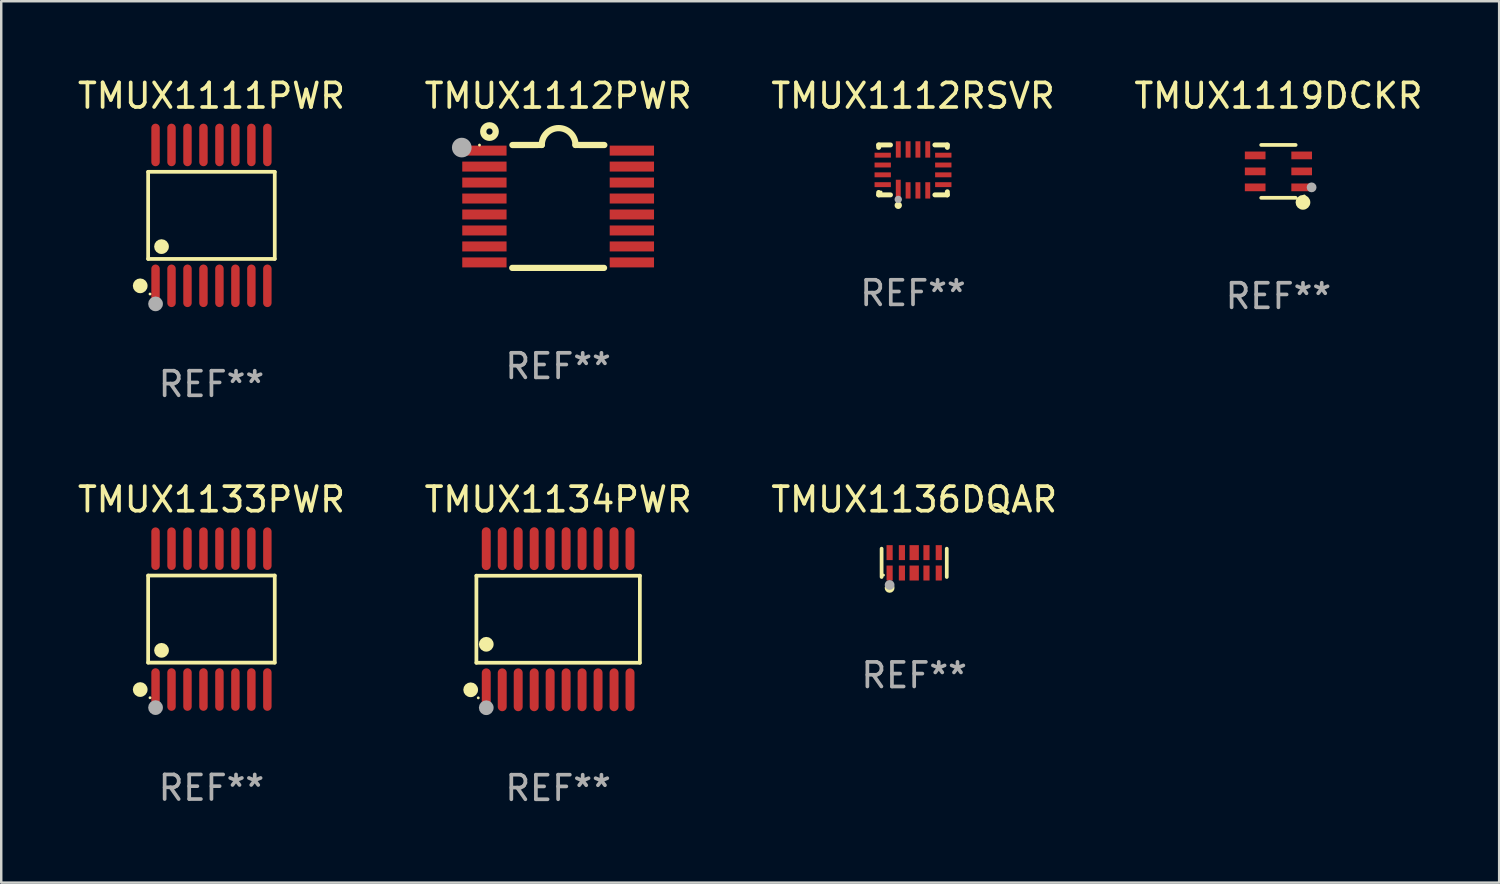
<source format=kicad_pcb>
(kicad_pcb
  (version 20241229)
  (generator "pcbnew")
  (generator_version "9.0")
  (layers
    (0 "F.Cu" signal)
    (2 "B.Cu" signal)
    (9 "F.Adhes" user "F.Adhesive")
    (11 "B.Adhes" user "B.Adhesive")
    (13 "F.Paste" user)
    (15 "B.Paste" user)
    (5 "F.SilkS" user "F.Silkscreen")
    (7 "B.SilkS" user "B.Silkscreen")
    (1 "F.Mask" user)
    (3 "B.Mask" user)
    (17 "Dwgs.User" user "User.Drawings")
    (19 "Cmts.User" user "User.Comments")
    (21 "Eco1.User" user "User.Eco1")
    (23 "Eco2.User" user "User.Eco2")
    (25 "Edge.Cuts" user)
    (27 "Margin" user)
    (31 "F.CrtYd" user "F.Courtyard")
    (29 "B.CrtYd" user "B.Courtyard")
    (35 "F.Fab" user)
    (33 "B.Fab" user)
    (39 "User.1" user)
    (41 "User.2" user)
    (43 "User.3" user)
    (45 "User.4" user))
  (footprint "TMUX1112RSVR"
    (layer "F.Cu")
    (at 34.101 3.864)
    (property "Reference" "TMUX1112RSVR" (at 0 -3.016 0) (layer "F.SilkS") (effects (font (size 1 1) (thickness 0.15))))
    (attr through_hole)
    (fp_line (start -1.397 -1.016) (end -1.397 -0.916) (stroke (width 0.2) (type solid)) (layer "F.SilkS"))
    (fp_line (start -1.397 0.916) (end -1.397 1.016) (stroke (width 0.2) (type solid)) (layer "F.SilkS"))
    (fp_line (start -1.397 1.016) (end -0.916 1.016) (stroke (width 0.2) (type solid)) (layer "F.SilkS"))
    (fp_line (start -0.916 -1.016) (end -1.397 -1.016) (stroke (width 0.2) (type solid)) (layer "F.SilkS"))
    (fp_line (start 0.889 -1.016) (end 1.397 -1.016) (stroke (width 0.2) (type solid)) (layer "F.SilkS"))
    (fp_line (start 1.397 -1.016) (end 1.397 -0.916) (stroke (width 0.2) (type solid)) (layer "F.SilkS"))
    (fp_line (start 1.397 0.889) (end 1.397 1.016) (stroke (width 0.2) (type solid)) (layer "F.SilkS"))
    (fp_line (start 1.397 1.016) (end 0.889 1.016) (stroke (width 0.2) (type solid)) (layer "F.SilkS"))
    (fp_circle (center -1.3 0.9) (end -1.27 0.9) (stroke (width 0.06) (type solid)) (fill no) (layer "F.SilkS"))
    (fp_circle (center -0.6 1.44) (end -0.525 1.44) (stroke (width 0.15) (type solid)) (fill no) (layer "F.SilkS"))
    (fp_circle (center -0.6 1.2) (end -0.525 1.2) (stroke (width 0.15) (type solid)) (fill no) (layer "F.Fab"))
    (fp_text user "REF**" (at 0 5.016 0) (layer "F.Fab") (effects (font (size 1 1) (thickness 0.15))))
    (pad "1" smd rect (at -0.6 0.782) (size 0.2 0.765) (layers "F.Cu" "F.Mask" "F.Paste"))
    (pad "2" smd rect (at -0.2 0.833) (size 0.2 0.665) (layers "F.Cu" "F.Mask" "F.Paste"))
    (pad "3" smd rect (at 0.2 0.833) (size 0.2 0.665) (layers "F.Cu" "F.Mask" "F.Paste"))
    (pad "4" smd rect (at 0.6 0.833) (size 0.2 0.665) (layers "F.Cu" "F.Mask" "F.Paste"))
    (pad "5" smd rect (at 1.232 0.6) (size 0.665 0.2) (layers "F.Cu" "F.Mask" "F.Paste"))
    (pad "6" smd rect (at 1.232 0.2) (size 0.665 0.2) (layers "F.Cu" "F.Mask" "F.Paste"))
    (pad "7" smd rect (at 1.232 -0.2) (size 0.665 0.2) (layers "F.Cu" "F.Mask" "F.Paste"))
    (pad "8" smd rect (at 1.232 -0.6) (size 0.665 0.2) (layers "F.Cu" "F.Mask" "F.Paste"))
    (pad "9" smd rect (at 0.6 -0.833) (size 0.2 0.665) (layers "F.Cu" "F.Mask" "F.Paste"))
    (pad "10" smd rect (at 0.2 -0.833) (size 0.2 0.665) (layers "F.Cu" "F.Mask" "F.Paste"))
    (pad "11" smd rect (at -0.2 -0.833) (size 0.2 0.665) (layers "F.Cu" "F.Mask" "F.Paste"))
    (pad "12" smd rect (at -0.6 -0.833) (size 0.2 0.665) (layers "F.Cu" "F.Mask" "F.Paste"))
    (pad "13" smd rect (at -1.232 -0.6) (size 0.665 0.2) (layers "F.Cu" "F.Mask" "F.Paste"))
    (pad "14" smd rect (at -1.232 -0.2) (size 0.665 0.2) (layers "F.Cu" "F.Mask" "F.Paste"))
    (pad "15" smd rect (at -1.232 0.2) (size 0.665 0.2) (layers "F.Cu" "F.Mask" "F.Paste"))
    (pad "16" smd rect (at -1.232 0.6) (size 0.665 0.2) (layers "F.Cu" "F.Mask" "F.Paste")))
  (footprint "TMUX1134PWR"
    (layer "F.Cu")
    (at 19.661 22.147)
    (property "Reference" "TMUX1134PWR" (at 0 -4.871 0) (layer "F.SilkS") (effects (font (size 1 1) (thickness 0.15))))
    (attr through_hole)
    (fp_line (start -3.326 -1.771) (end 3.326 -1.771) (stroke (width 0.152) (type solid)) (layer "F.SilkS"))
    (fp_line (start -3.326 1.771) (end -3.326 -1.771) (stroke (width 0.152) (type solid)) (layer "F.SilkS"))
    (fp_line (start 3.326 -1.771) (end 3.326 1.771) (stroke (width 0.152) (type solid)) (layer "F.SilkS"))
    (fp_line (start 3.326 1.771) (end -3.326 1.771) (stroke (width 0.152) (type solid)) (layer "F.SilkS"))
    (fp_circle (center -3.559 2.871) (end -3.409 2.871) (stroke (width 0.3) (type solid)) (fill no) (layer "F.SilkS"))
    (fp_circle (center -3.25 3.2) (end -3.22 3.2) (stroke (width 0.06) (type solid)) (fill no) (layer "F.SilkS"))
    (fp_circle (center -2.925 1.019) (end -2.775 1.019) (stroke (width 0.3) (type solid)) (fill no) (layer "F.SilkS"))
    (fp_circle (center -2.925 3.6) (end -2.775 3.6) (stroke (width 0.3) (type solid)) (fill no) (layer "F.Fab"))
    (fp_text user "REF**" (at 0 6.871 0) (layer "F.Fab") (effects (font (size 1 1) (thickness 0.15))))
    (pad "1" smd oval (at -2.925 2.871) (size 0.364 1.742) (layers "F.Cu" "F.Mask" "F.Paste"))
    (pad "2" smd oval (at -2.275 2.871) (size 0.364 1.742) (layers "F.Cu" "F.Mask" "F.Paste"))
    (pad "3" smd oval (at -1.625 2.871) (size 0.364 1.742) (layers "F.Cu" "F.Mask" "F.Paste"))
    (pad "4" smd oval (at -0.975 2.871) (size 0.364 1.742) (layers "F.Cu" "F.Mask" "F.Paste"))
    (pad "5" smd oval (at -0.325 2.871) (size 0.364 1.742) (layers "F.Cu" "F.Mask" "F.Paste"))
    (pad "6" smd oval (at 0.325 2.871) (size 0.364 1.742) (layers "F.Cu" "F.Mask" "F.Paste"))
    (pad "7" smd oval (at 0.975 2.871) (size 0.364 1.742) (layers "F.Cu" "F.Mask" "F.Paste"))
    (pad "8" smd oval (at 1.625 2.871) (size 0.364 1.742) (layers "F.Cu" "F.Mask" "F.Paste"))
    (pad "9" smd oval (at 2.275 2.871) (size 0.364 1.742) (layers "F.Cu" "F.Mask" "F.Paste"))
    (pad "10" smd oval (at 2.925 2.871) (size 0.364 1.742) (layers "F.Cu" "F.Mask" "F.Paste"))
    (pad "11" smd oval (at 2.925 -2.871) (size 0.364 1.742) (layers "F.Cu" "F.Mask" "F.Paste"))
    (pad "12" smd oval (at 2.275 -2.871) (size 0.364 1.742) (layers "F.Cu" "F.Mask" "F.Paste"))
    (pad "13" smd oval (at 1.625 -2.871) (size 0.364 1.742) (layers "F.Cu" "F.Mask" "F.Paste"))
    (pad "14" smd oval (at 0.975 -2.871) (size 0.364 1.742) (layers "F.Cu" "F.Mask" "F.Paste"))
    (pad "15" smd oval (at 0.325 -2.871) (size 0.364 1.742) (layers "F.Cu" "F.Mask" "F.Paste"))
    (pad "16" smd oval (at -0.325 -2.871) (size 0.364 1.742) (layers "F.Cu" "F.Mask" "F.Paste"))
    (pad "17" smd oval (at -0.975 -2.871) (size 0.364 1.742) (layers "F.Cu" "F.Mask" "F.Paste"))
    (pad "18" smd oval (at -1.625 -2.871) (size 0.364 1.742) (layers "F.Cu" "F.Mask" "F.Paste"))
    (pad "19" smd oval (at -2.275 -2.871) (size 0.364 1.742) (layers "F.Cu" "F.Mask" "F.Paste"))
    (pad "20" smd oval (at -2.925 -2.871) (size 0.364 1.742) (layers "F.Cu" "F.Mask" "F.Paste")))
  (footprint "TMUX1133PWR"
    (layer "F.Cu")
    (at 5.554 22.142)
    (property "Reference" "TMUX1133PWR" (at 0 -4.866 0) (layer "F.SilkS") (effects (font (size 1 1) (thickness 0.15))))
    (attr through_hole)
    (fp_line (start -2.576 -1.772) (end 2.576 -1.772) (stroke (width 0.152) (type solid)) (layer "F.SilkS"))
    (fp_line (start -2.576 1.771) (end -2.576 -1.772) (stroke (width 0.152) (type solid)) (layer "F.SilkS"))
    (fp_line (start 2.576 -1.772) (end 2.576 1.771) (stroke (width 0.152) (type solid)) (layer "F.SilkS"))
    (fp_line (start 2.576 1.771) (end -2.576 1.771) (stroke (width 0.152) (type solid)) (layer "F.SilkS"))
    (fp_circle (center -2.899 2.866) (end -2.749 2.866) (stroke (width 0.3) (type solid)) (fill no) (layer "F.SilkS"))
    (fp_circle (center -2.5 3.2) (end -2.47 3.2) (stroke (width 0.06) (type solid)) (fill no) (layer "F.SilkS"))
    (fp_circle (center -2.032 1.27) (end -1.882 1.27) (stroke (width 0.3) (type solid)) (fill no) (layer "F.SilkS"))
    (fp_circle (center -2.275 3.6) (end -2.125 3.6) (stroke (width 0.3) (type solid)) (fill no) (layer "F.Fab"))
    (fp_text user "REF**" (at 0 6.866 0) (layer "F.Fab") (effects (font (size 1 1) (thickness 0.15))))
    (pad "1" smd oval (at -2.275 2.866) (size 0.343 1.731) (layers "F.Cu" "F.Mask" "F.Paste"))
    (pad "2" smd oval (at -1.625 2.866) (size 0.343 1.731) (layers "F.Cu" "F.Mask" "F.Paste"))
    (pad "3" smd oval (at -0.975 2.866) (size 0.343 1.731) (layers "F.Cu" "F.Mask" "F.Paste"))
    (pad "4" smd oval (at -0.325 2.866) (size 0.343 1.731) (layers "F.Cu" "F.Mask" "F.Paste"))
    (pad "5" smd oval (at 0.325 2.866) (size 0.343 1.731) (layers "F.Cu" "F.Mask" "F.Paste"))
    (pad "6" smd oval (at 0.975 2.866) (size 0.343 1.731) (layers "F.Cu" "F.Mask" "F.Paste"))
    (pad "7" smd oval (at 1.625 2.866) (size 0.343 1.731) (layers "F.Cu" "F.Mask" "F.Paste"))
    (pad "8" smd oval (at 2.275 2.866) (size 0.343 1.731) (layers "F.Cu" "F.Mask" "F.Paste"))
    (pad "9" smd oval (at 2.275 -2.866) (size 0.343 1.731) (layers "F.Cu" "F.Mask" "F.Paste"))
    (pad "10" smd oval (at 1.625 -2.866) (size 0.343 1.731) (layers "F.Cu" "F.Mask" "F.Paste"))
    (pad "11" smd oval (at 0.975 -2.866) (size 0.343 1.731) (layers "F.Cu" "F.Mask" "F.Paste"))
    (pad "12" smd oval (at 0.325 -2.866) (size 0.343 1.731) (layers "F.Cu" "F.Mask" "F.Paste"))
    (pad "13" smd oval (at -0.325 -2.866) (size 0.343 1.731) (layers "F.Cu" "F.Mask" "F.Paste"))
    (pad "14" smd oval (at -0.975 -2.866) (size 0.343 1.731) (layers "F.Cu" "F.Mask" "F.Paste"))
    (pad "15" smd oval (at -1.625 -2.866) (size 0.343 1.731) (layers "F.Cu" "F.Mask" "F.Paste"))
    (pad "16" smd oval (at -2.275 -2.866) (size 0.343 1.731) (layers "F.Cu" "F.Mask" "F.Paste")))
  (footprint "TMUX1136DQAR"
    (layer "F.Cu")
    (at 34.149 19.852)
    (property "Reference" "TMUX1136DQAR" (at 0 -2.576 0) (layer "F.SilkS") (effects (font (size 1 1) (thickness 0.15))))
    (attr through_hole)
    (fp_line (start -1.326 0.576) (end -1.326 -0.576) (stroke (width 0.152) (type solid)) (layer "F.SilkS"))
    (fp_line (start 1.326 -0.576) (end 1.326 0.576) (stroke (width 0.152) (type solid)) (layer "F.SilkS"))
    (fp_circle (center -1.25 0.5) (end -1.22 0.5) (stroke (width 0.06) (type solid)) (fill no) (layer "F.SilkS"))
    (fp_circle (center -1 1.019) (end -0.9 1.019) (stroke (width 0.2) (type solid)) (fill no) (layer "F.SilkS"))
    (fp_circle (center -1 0.9) (end -0.9 0.9) (stroke (width 0.2) (type solid)) (fill no) (layer "F.Fab"))
    (fp_text user "REF**" (at 0 4.576 0) (layer "F.Fab") (effects (font (size 1 1) (thickness 0.15))))
    (pad "1" smd rect (at -1 0.415) (size 0.25 0.609) (layers "F.Cu" "F.Mask" "F.Paste"))
    (pad "2" smd rect (at -0.5 0.415) (size 0.25 0.609) (layers "F.Cu" "F.Mask" "F.Paste"))
    (pad "3" smd rect (at 0 0.415) (size 0.38 0.609) (layers "F.Cu" "F.Mask" "F.Paste"))
    (pad "4" smd rect (at 0.5 0.415) (size 0.25 0.609) (layers "F.Cu" "F.Mask" "F.Paste"))
    (pad "5" smd rect (at 1 0.415) (size 0.25 0.609) (layers "F.Cu" "F.Mask" "F.Paste"))
    (pad "6" smd rect (at 1 -0.415) (size 0.25 0.609) (layers "F.Cu" "F.Mask" "F.Paste"))
    (pad "7" smd rect (at 0.5 -0.415) (size 0.25 0.609) (layers "F.Cu" "F.Mask" "F.Paste"))
    (pad "8" smd rect (at 0 -0.415) (size 0.38 0.609) (layers "F.Cu" "F.Mask" "F.Paste"))
    (pad "9" smd rect (at -0.5 -0.415) (size 0.25 0.609) (layers "F.Cu" "F.Mask" "F.Paste"))
    (pad "10" smd rect (at -1 -0.415) (size 0.25 0.609) (layers "F.Cu" "F.Mask" "F.Paste")))
  (footprint "TMUX1111PWR"
    (layer "F.Cu")
    (at 5.554 5.714)
    (property "Reference" "TMUX1111PWR" (at 0 -4.866 0) (layer "F.SilkS") (effects (font (size 1 1) (thickness 0.15))))
    (attr through_hole)
    (fp_line (start -2.576 -1.772) (end 2.576 -1.772) (stroke (width 0.152) (type solid)) (layer "F.SilkS"))
    (fp_line (start -2.576 1.771) (end -2.576 -1.772) (stroke (width 0.152) (type solid)) (layer "F.SilkS"))
    (fp_line (start 2.576 -1.772) (end 2.576 1.771) (stroke (width 0.152) (type solid)) (layer "F.SilkS"))
    (fp_line (start 2.576 1.771) (end -2.576 1.771) (stroke (width 0.152) (type solid)) (layer "F.SilkS"))
    (fp_circle (center -2.899 2.866) (end -2.749 2.866) (stroke (width 0.3) (type solid)) (fill no) (layer "F.SilkS"))
    (fp_circle (center -2.5 3.2) (end -2.47 3.2) (stroke (width 0.06) (type solid)) (fill no) (layer "F.SilkS"))
    (fp_circle (center -2.032 1.27) (end -1.882 1.27) (stroke (width 0.3) (type solid)) (fill no) (layer "F.SilkS"))
    (fp_circle (center -2.275 3.6) (end -2.125 3.6) (stroke (width 0.3) (type solid)) (fill no) (layer "F.Fab"))
    (fp_text user "REF**" (at 0 6.866 0) (layer "F.Fab") (effects (font (size 1 1) (thickness 0.15))))
    (pad "1" smd oval (at -2.275 2.866) (size 0.343 1.731) (layers "F.Cu" "F.Mask" "F.Paste"))
    (pad "2" smd oval (at -1.625 2.866) (size 0.343 1.731) (layers "F.Cu" "F.Mask" "F.Paste"))
    (pad "3" smd oval (at -0.975 2.866) (size 0.343 1.731) (layers "F.Cu" "F.Mask" "F.Paste"))
    (pad "4" smd oval (at -0.325 2.866) (size 0.343 1.731) (layers "F.Cu" "F.Mask" "F.Paste"))
    (pad "5" smd oval (at 0.325 2.866) (size 0.343 1.731) (layers "F.Cu" "F.Mask" "F.Paste"))
    (pad "6" smd oval (at 0.975 2.866) (size 0.343 1.731) (layers "F.Cu" "F.Mask" "F.Paste"))
    (pad "7" smd oval (at 1.625 2.866) (size 0.343 1.731) (layers "F.Cu" "F.Mask" "F.Paste"))
    (pad "8" smd oval (at 2.275 2.866) (size 0.343 1.731) (layers "F.Cu" "F.Mask" "F.Paste"))
    (pad "9" smd oval (at 2.275 -2.866) (size 0.343 1.731) (layers "F.Cu" "F.Mask" "F.Paste"))
    (pad "10" smd oval (at 1.625 -2.866) (size 0.343 1.731) (layers "F.Cu" "F.Mask" "F.Paste"))
    (pad "11" smd oval (at 0.975 -2.866) (size 0.343 1.731) (layers "F.Cu" "F.Mask" "F.Paste"))
    (pad "12" smd oval (at 0.325 -2.866) (size 0.343 1.731) (layers "F.Cu" "F.Mask" "F.Paste"))
    (pad "13" smd oval (at -0.325 -2.866) (size 0.343 1.731) (layers "F.Cu" "F.Mask" "F.Paste"))
    (pad "14" smd oval (at -0.975 -2.866) (size 0.343 1.731) (layers "F.Cu" "F.Mask" "F.Paste"))
    (pad "15" smd oval (at -1.625 -2.866) (size 0.343 1.731) (layers "F.Cu" "F.Mask" "F.Paste"))
    (pad "16" smd oval (at -2.275 -2.866) (size 0.343 1.731) (layers "F.Cu" "F.Mask" "F.Paste")))
  (footprint "TMUX1119DCKR"
    (layer "F.Cu")
    (at 48.97 3.924)
    (property "Reference" "TMUX1119DCKR" (at 0 -3.076 0) (layer "F.SilkS") (effects (font (size 1 1) (thickness 0.15))))
    (attr through_hole)
    (fp_line (start 0.701 -1.076) (end -0.701 -1.076) (stroke (width 0.152) (type solid)) (layer "F.SilkS"))
    (fp_line (start 0.701 1.076) (end -0.701 1.076) (stroke (width 0.152) (type solid)) (layer "F.SilkS"))
    (fp_circle (center 0.998 1.26) (end 1.148 1.26) (stroke (width 0.3) (type solid)) (fill no) (layer "F.SilkS"))
    (fp_circle (center 1.05 1) (end 1.08 1) (stroke (width 0.06) (type solid)) (fill no) (layer "F.SilkS"))
    (fp_circle (center 1.35 0.65) (end 1.45 0.65) (stroke (width 0.2) (type solid)) (fill no) (layer "F.Fab"))
    (fp_text user "REF**" (at 0 5.076 0) (layer "F.Fab") (effects (font (size 1 1) (thickness 0.15))))
    (pad "1" smd rect (at 0.946 0.65) (size 0.841 0.315) (layers "F.Cu" "F.Mask" "F.Paste"))
    (pad "2" smd rect (at 0.946 0) (size 0.841 0.315) (layers "F.Cu" "F.Mask" "F.Paste"))
    (pad "3" smd rect (at 0.946 -0.65) (size 0.841 0.315) (layers "F.Cu" "F.Mask" "F.Paste"))
    (pad "4" smd rect (at -0.946 -0.65) (size 0.841 0.315) (layers "F.Cu" "F.Mask" "F.Paste"))
    (pad "5" smd rect (at -0.946 0) (size 0.841 0.315) (layers "F.Cu" "F.Mask" "F.Paste"))
    (pad "6" smd rect (at -0.946 0.65) (size 0.841 0.315) (layers "F.Cu" "F.Mask" "F.Paste")))
  (footprint "TMUX1112PWR"
    (layer "F.Cu")
    (at 19.661 5.35)
    (property "Reference" "TMUX1112PWR" (at 0 -4.501 0) (layer "F.SilkS") (effects (font (size 1 1) (thickness 0.15))))
    (attr through_hole)
    (fp_line (start -1.868 2.501) (end 1.868 2.501) (stroke (width 0.254) (type solid)) (layer "F.SilkS"))
    (fp_line (start -1.86 -2.499) (end -0.666 -2.501) (stroke (width 0.254) (type solid)) (layer "F.SilkS"))
    (fp_line (start 0.706 -2.501) (end 1.88 -2.499) (stroke (width 0.254) (type solid)) (layer "F.SilkS"))
    (fp_arc (start -0.665914 -2.501448) (mid 0.019888 -3.18725) (end 0.70569 -2.501448) (stroke (width 0.254001) (type solid)) (layer "F.SilkS"))
    (fp_circle (center -3.2 -2.497) (end -3.17 -2.497) (stroke (width 0.06) (type solid)) (fill no) (layer "F.SilkS"))
    (fp_circle (center -2.794 -3.047) (end -2.54 -3.047) (stroke (width 0.254) (type solid)) (fill no) (layer "F.SilkS"))
    (fp_circle (center -3.921 -2.395) (end -3.721 -2.395) (stroke (width 0.4) (type solid)) (fill no) (layer "F.Fab"))
    (fp_text user "REF**" (at 0 6.501 0) (layer "F.Fab") (effects (font (size 1 1) (thickness 0.15))))
    (pad "1" smd rect (at -3 -2.272) (size 1.803 0.406) (layers "F.Cu" "F.Mask" "F.Paste"))
    (pad "2" smd rect (at -3 -1.622) (size 1.803 0.406) (layers "F.Cu" "F.Mask" "F.Paste"))
    (pad "3" smd rect (at -3 -0.972) (size 1.803 0.406) (layers "F.Cu" "F.Mask" "F.Paste"))
    (pad "4" smd rect (at -3 -0.322) (size 1.803 0.406) (layers "F.Cu" "F.Mask" "F.Paste"))
    (pad "5" smd rect (at -3 0.328) (size 1.803 0.406) (layers "F.Cu" "F.Mask" "F.Paste"))
    (pad "6" smd rect (at -3 0.978) (size 1.803 0.406) (layers "F.Cu" "F.Mask" "F.Paste"))
    (pad "7" smd rect (at -3 1.628) (size 1.803 0.406) (layers "F.Cu" "F.Mask" "F.Paste"))
    (pad "8" smd rect (at -3 2.278) (size 1.803 0.406) (layers "F.Cu" "F.Mask" "F.Paste"))
    (pad "9" smd rect (at 3 2.278) (size 1.803 0.406) (layers "F.Cu" "F.Mask" "F.Paste"))
    (pad "10" smd rect (at 3 1.628) (size 1.803 0.406) (layers "F.Cu" "F.Mask" "F.Paste"))
    (pad "11" smd rect (at 3 0.978) (size 1.803 0.406) (layers "F.Cu" "F.Mask" "F.Paste"))
    (pad "12" smd rect (at 3 0.328) (size 1.803 0.406) (layers "F.Cu" "F.Mask" "F.Paste"))
    (pad "13" smd rect (at 3 -0.322) (size 1.803 0.406) (layers "F.Cu" "F.Mask" "F.Paste"))
    (pad "14" smd rect (at 3 -0.972) (size 1.803 0.406) (layers "F.Cu" "F.Mask" "F.Paste"))
    (pad "15" smd rect (at 3 -1.622) (size 1.803 0.406) (layers "F.Cu" "F.Mask" "F.Paste"))
    (pad "16" smd rect (at 3 -2.272) (size 1.803 0.406) (layers "F.Cu" "F.Mask" "F.Paste")))
  (gr_rect
    (start -3 -3)
    (end 57.952 32.866)
    (stroke (width 0.1) (type default))
    (fill no)
    (layer "Edge.Cuts")))
</source>
